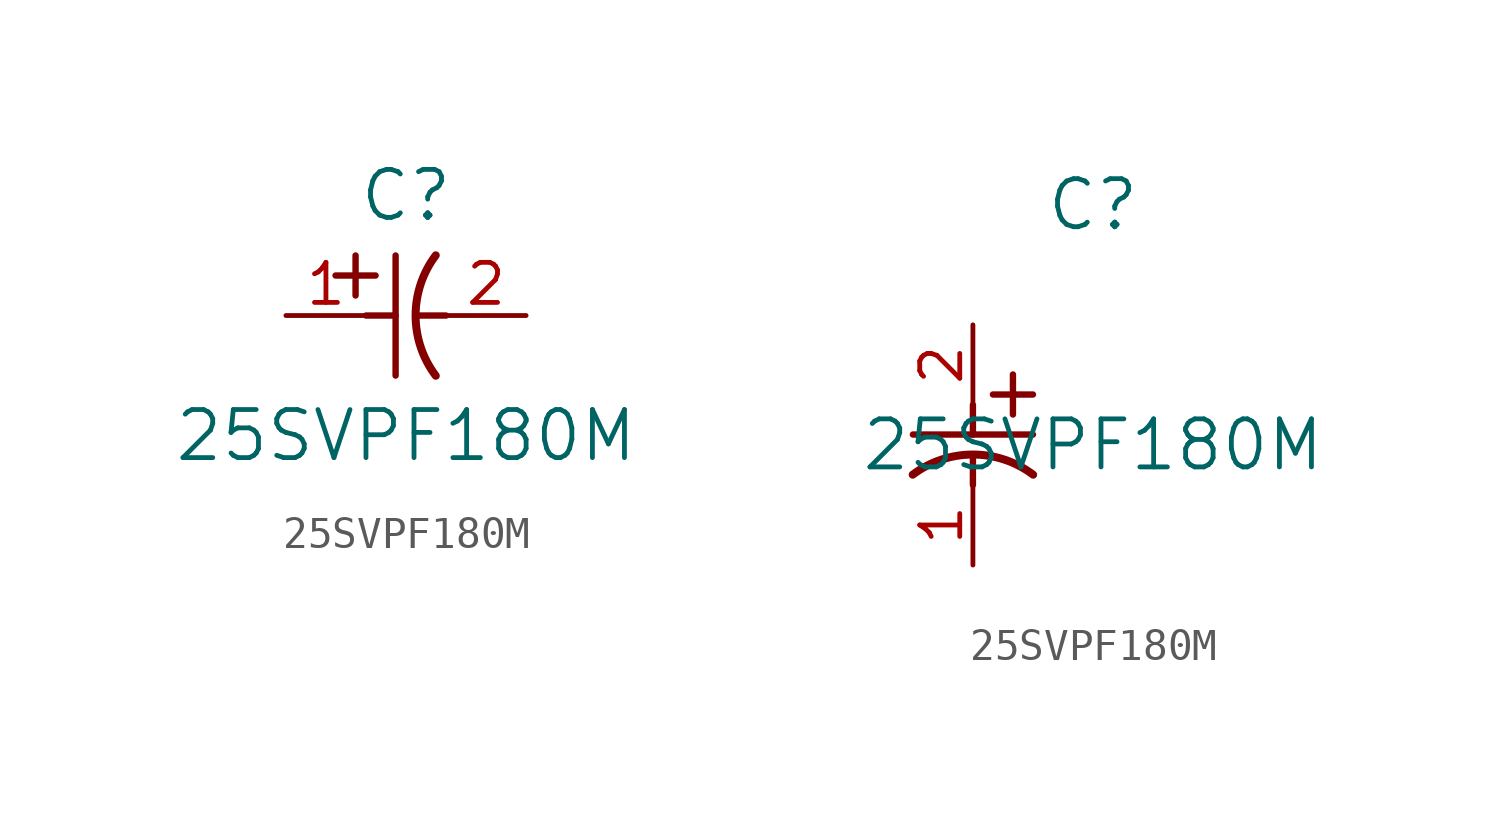
<source format=kicad_sym>
(kicad_symbol_lib
  (version 20211014)
  (generator kicad_symbol_editor)
  (symbol "25SVPF180M"
    (pin_names
      (offset 0.254))
    (property "Reference" "C"
      (at 3.81 3.81 0)
      (effects (font (size 1.524 1.524))))
    (property "Value" "25SVPF180M"
      (at 3.81 -3.81 0)
      (effects (font (size 1.524 1.524))))
    (symbol "25SVPF180M_1_1"
      (polyline (pts (xy 2.21 0.635) (xy 2.21 1.905)) (stroke (width 0.203) (type default) (color 0 0 0 0)) (fill (type none)))
      (arc (start 4.754132 1.910763) (mid 4.1148 0) (end 4.754132 -1.910763) (stroke (width 0.254) (type default) (color 0 0 0 0)) (fill (type none)))
      (polyline (pts (xy 4.115 0) (xy 5.08 0)) (stroke (width 0.203) (type default) (color 0 0 0 0)) (fill (type none)))
      (polyline (pts (xy 3.48 -1.905) (xy 3.48 1.905)) (stroke (width 0.203) (type default) (color 0 0 0 0)) (fill (type none)))
      (polyline (pts (xy 1.575 1.27) (xy 2.845 1.27)) (stroke (width 0.203) (type default) (color 0 0 0 0)) (fill (type none)))
      (polyline (pts (xy 2.54 0) (xy 3.48 0)) (stroke (width 0.203) (type default) (color 0 0 0 0)) (fill (type none)))
      (pin unspecified line (at 0 0 0) (length 2.54) (name "" (effects (font (size 1.27 1.27)))) (number "1" (effects (font (size 1.27 1.27)))))
      (pin unspecified line (at 7.62 0 180) (length 2.54) (name "" (effects (font (size 1.27 1.27)))) (number "2" (effects (font (size 1.27 1.27))))))
    (symbol "25SVPF180M_1_2"
      (polyline (pts (xy 0 -2.54) (xy 0 -3.48)) (stroke (width 0.203) (type default) (color 0 0 0 0)) (fill (type none)))
      (arc (start 1.910763 -4.754132) (mid 0 -4.1148) (end -1.910763 -4.754132) (stroke (width 0.254) (type default) (color 0 0 0 0)) (fill (type none)))
      (polyline (pts (xy -1.905 -3.48) (xy 1.905 -3.48)) (stroke (width 0.203) (type default) (color 0 0 0 0)) (fill (type none)))
      (polyline (pts (xy 0.635 -2.21) (xy 1.905 -2.21)) (stroke (width 0.203) (type default) (color 0 0 0 0)) (fill (type none)))
      (polyline (pts (xy 1.27 -1.575) (xy 1.27 -2.845)) (stroke (width 0.203) (type default) (color 0 0 0 0)) (fill (type none)))
      (polyline (pts (xy 0 -4.115) (xy 0 -5.08)) (stroke (width 0.203) (type default) (color 0 0 0 0)) (fill (type none)))
      (pin unspecified line (at 0 -7.62 90) (length 2.54) (name "" (effects (font (size 1.27 1.27)))) (number "1" (effects (font (size 1.27 1.27)))))
      (pin unspecified line (at 0 0 270) (length 2.54) (name "" (effects (font (size 1.27 1.27)))) (number "2" (effects (font (size 1.27 1.27))))))))
</source>
